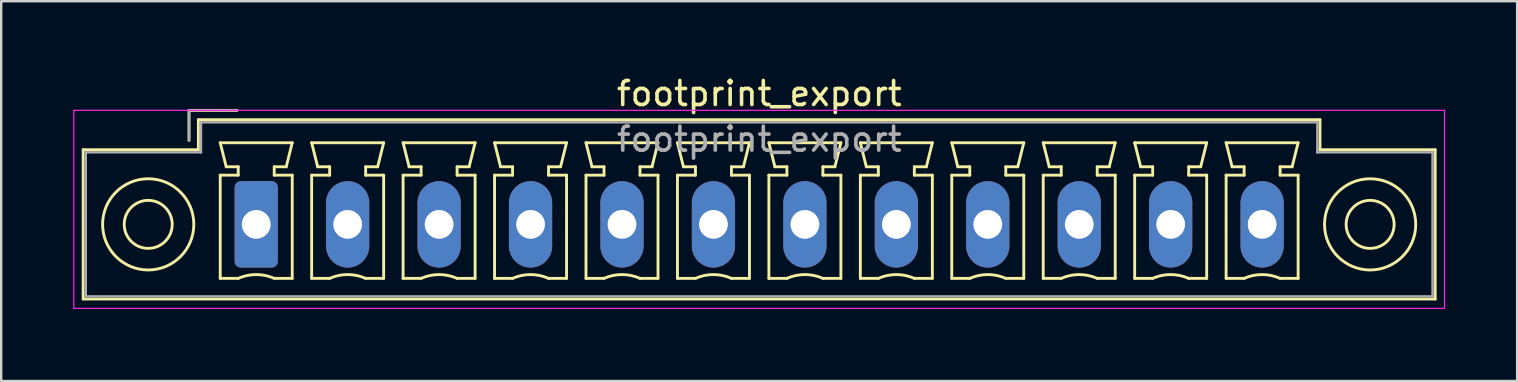
<source format=kicad_pcb>
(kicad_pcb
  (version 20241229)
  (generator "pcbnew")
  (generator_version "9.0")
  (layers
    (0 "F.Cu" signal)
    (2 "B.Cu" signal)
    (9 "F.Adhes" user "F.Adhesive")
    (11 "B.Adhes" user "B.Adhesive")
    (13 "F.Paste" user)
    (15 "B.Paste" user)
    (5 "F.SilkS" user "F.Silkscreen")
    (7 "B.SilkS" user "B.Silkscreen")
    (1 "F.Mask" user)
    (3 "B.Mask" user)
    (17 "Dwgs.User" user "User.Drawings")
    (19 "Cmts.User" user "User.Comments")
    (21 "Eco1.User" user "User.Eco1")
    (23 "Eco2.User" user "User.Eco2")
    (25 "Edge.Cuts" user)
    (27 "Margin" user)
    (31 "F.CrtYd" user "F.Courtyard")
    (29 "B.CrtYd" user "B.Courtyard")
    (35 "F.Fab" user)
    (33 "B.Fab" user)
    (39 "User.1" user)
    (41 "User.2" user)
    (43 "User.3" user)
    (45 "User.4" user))
  (footprint "footprint_export"
    (layer "F.Cu")
    (at 7.625 6.298)
    (property "Reference" "footprint_export" (at 20.96 -5.45 0) (layer "F.SilkS") (effects (font (size 1 1) (thickness 0.15))))
    (attr through_hole)
    (fp_line (start -7.21 -3.11) (end -7.21 3.11) (stroke (width 0.12) (type solid)) (layer "F.SilkS"))
    (fp_line (start -7.21 3.11) (end 49.12 3.11) (stroke (width 0.12) (type solid)) (layer "F.SilkS"))
    (fp_line (start -2.8 -4.75) (end -0.8 -4.75) (stroke (width 0.12) (type solid)) (layer "F.SilkS"))
    (fp_line (start -2.8 -3.5) (end -2.8 -4.75) (stroke (width 0.12) (type solid)) (layer "F.SilkS"))
    (fp_line (start -2.41 -4.36) (end -2.41 -3.11) (stroke (width 0.12) (type solid)) (layer "F.SilkS"))
    (fp_line (start -2.41 -3.11) (end -7.21 -3.11) (stroke (width 0.12) (type solid)) (layer "F.SilkS"))
    (fp_line (start -1.5 -3.4) (end 1.5 -3.4) (stroke (width 0.12) (type solid)) (layer "F.SilkS"))
    (fp_line (start -1.5 -2.05) (end -0.75 -2.05) (stroke (width 0.12) (type solid)) (layer "F.SilkS"))
    (fp_line (start -1.5 2.25) (end -1.5 -2.05) (stroke (width 0.12) (type solid)) (layer "F.SilkS"))
    (fp_line (start -1.25 -2.4) (end -1.5 -3.4) (stroke (width 0.12) (type solid)) (layer "F.SilkS"))
    (fp_line (start -0.75 -2.4) (end -1.25 -2.4) (stroke (width 0.12) (type solid)) (layer "F.SilkS"))
    (fp_line (start -0.75 -2.05) (end -0.75 -2.4) (stroke (width 0.12) (type solid)) (layer "F.SilkS"))
    (fp_line (start -0.75 2.25) (end -1.5 2.25) (stroke (width 0.12) (type solid)) (layer "F.SilkS"))
    (fp_line (start 0.75 -2.4) (end 0.75 -2.05) (stroke (width 0.12) (type solid)) (layer "F.SilkS"))
    (fp_line (start 0.75 -2.05) (end 1.5 -2.05) (stroke (width 0.12) (type solid)) (layer "F.SilkS"))
    (fp_line (start 1.25 -2.4) (end 0.75 -2.4) (stroke (width 0.12) (type solid)) (layer "F.SilkS"))
    (fp_line (start 1.5 -3.4) (end 1.25 -2.4) (stroke (width 0.12) (type solid)) (layer "F.SilkS"))
    (fp_line (start 1.5 -2.05) (end 1.5 2.25) (stroke (width 0.12) (type solid)) (layer "F.SilkS"))
    (fp_line (start 1.5 2.25) (end 0.75 2.25) (stroke (width 0.12) (type solid)) (layer "F.SilkS"))
    (fp_line (start 2.31 -3.4) (end 5.31 -3.4) (stroke (width 0.12) (type solid)) (layer "F.SilkS"))
    (fp_line (start 2.31 -2.05) (end 3.06 -2.05) (stroke (width 0.12) (type solid)) (layer "F.SilkS"))
    (fp_line (start 2.31 2.25) (end 2.31 -2.05) (stroke (width 0.12) (type solid)) (layer "F.SilkS"))
    (fp_line (start 2.56 -2.4) (end 2.31 -3.4) (stroke (width 0.12) (type solid)) (layer "F.SilkS"))
    (fp_line (start 3.06 -2.4) (end 2.56 -2.4) (stroke (width 0.12) (type solid)) (layer "F.SilkS"))
    (fp_line (start 3.06 -2.05) (end 3.06 -2.4) (stroke (width 0.12) (type solid)) (layer "F.SilkS"))
    (fp_line (start 3.06 2.25) (end 2.31 2.25) (stroke (width 0.12) (type solid)) (layer "F.SilkS"))
    (fp_line (start 4.56 -2.4) (end 4.56 -2.05) (stroke (width 0.12) (type solid)) (layer "F.SilkS"))
    (fp_line (start 4.56 -2.05) (end 5.31 -2.05) (stroke (width 0.12) (type solid)) (layer "F.SilkS"))
    (fp_line (start 5.06 -2.4) (end 4.56 -2.4) (stroke (width 0.12) (type solid)) (layer "F.SilkS"))
    (fp_line (start 5.31 -3.4) (end 5.06 -2.4) (stroke (width 0.12) (type solid)) (layer "F.SilkS"))
    (fp_line (start 5.31 -2.05) (end 5.31 2.25) (stroke (width 0.12) (type solid)) (layer "F.SilkS"))
    (fp_line (start 5.31 2.25) (end 4.56 2.25) (stroke (width 0.12) (type solid)) (layer "F.SilkS"))
    (fp_line (start 6.12 -3.4) (end 9.12 -3.4) (stroke (width 0.12) (type solid)) (layer "F.SilkS"))
    (fp_line (start 6.12 -2.05) (end 6.87 -2.05) (stroke (width 0.12) (type solid)) (layer "F.SilkS"))
    (fp_line (start 6.12 2.25) (end 6.12 -2.05) (stroke (width 0.12) (type solid)) (layer "F.SilkS"))
    (fp_line (start 6.37 -2.4) (end 6.12 -3.4) (stroke (width 0.12) (type solid)) (layer "F.SilkS"))
    (fp_line (start 6.87 -2.4) (end 6.37 -2.4) (stroke (width 0.12) (type solid)) (layer "F.SilkS"))
    (fp_line (start 6.87 -2.05) (end 6.87 -2.4) (stroke (width 0.12) (type solid)) (layer "F.SilkS"))
    (fp_line (start 6.87 2.25) (end 6.12 2.25) (stroke (width 0.12) (type solid)) (layer "F.SilkS"))
    (fp_line (start 8.37 -2.4) (end 8.37 -2.05) (stroke (width 0.12) (type solid)) (layer "F.SilkS"))
    (fp_line (start 8.37 -2.05) (end 9.12 -2.05) (stroke (width 0.12) (type solid)) (layer "F.SilkS"))
    (fp_line (start 8.87 -2.4) (end 8.37 -2.4) (stroke (width 0.12) (type solid)) (layer "F.SilkS"))
    (fp_line (start 9.12 -3.4) (end 8.87 -2.4) (stroke (width 0.12) (type solid)) (layer "F.SilkS"))
    (fp_line (start 9.12 -2.05) (end 9.12 2.25) (stroke (width 0.12) (type solid)) (layer "F.SilkS"))
    (fp_line (start 9.12 2.25) (end 8.37 2.25) (stroke (width 0.12) (type solid)) (layer "F.SilkS"))
    (fp_line (start 9.93 -3.4) (end 12.93 -3.4) (stroke (width 0.12) (type solid)) (layer "F.SilkS"))
    (fp_line (start 9.93 -2.05) (end 10.68 -2.05) (stroke (width 0.12) (type solid)) (layer "F.SilkS"))
    (fp_line (start 9.93 2.25) (end 9.93 -2.05) (stroke (width 0.12) (type solid)) (layer "F.SilkS"))
    (fp_line (start 10.18 -2.4) (end 9.93 -3.4) (stroke (width 0.12) (type solid)) (layer "F.SilkS"))
    (fp_line (start 10.68 -2.4) (end 10.18 -2.4) (stroke (width 0.12) (type solid)) (layer "F.SilkS"))
    (fp_line (start 10.68 -2.05) (end 10.68 -2.4) (stroke (width 0.12) (type solid)) (layer "F.SilkS"))
    (fp_line (start 10.68 2.25) (end 9.93 2.25) (stroke (width 0.12) (type solid)) (layer "F.SilkS"))
    (fp_line (start 12.18 -2.4) (end 12.18 -2.05) (stroke (width 0.12) (type solid)) (layer "F.SilkS"))
    (fp_line (start 12.18 -2.05) (end 12.93 -2.05) (stroke (width 0.12) (type solid)) (layer "F.SilkS"))
    (fp_line (start 12.68 -2.4) (end 12.18 -2.4) (stroke (width 0.12) (type solid)) (layer "F.SilkS"))
    (fp_line (start 12.93 -3.4) (end 12.68 -2.4) (stroke (width 0.12) (type solid)) (layer "F.SilkS"))
    (fp_line (start 12.93 -2.05) (end 12.93 2.25) (stroke (width 0.12) (type solid)) (layer "F.SilkS"))
    (fp_line (start 12.93 2.25) (end 12.18 2.25) (stroke (width 0.12) (type solid)) (layer "F.SilkS"))
    (fp_line (start 13.74 -3.4) (end 16.74 -3.4) (stroke (width 0.12) (type solid)) (layer "F.SilkS"))
    (fp_line (start 13.74 -2.05) (end 14.49 -2.05) (stroke (width 0.12) (type solid)) (layer "F.SilkS"))
    (fp_line (start 13.74 2.25) (end 13.74 -2.05) (stroke (width 0.12) (type solid)) (layer "F.SilkS"))
    (fp_line (start 13.99 -2.4) (end 13.74 -3.4) (stroke (width 0.12) (type solid)) (layer "F.SilkS"))
    (fp_line (start 14.49 -2.4) (end 13.99 -2.4) (stroke (width 0.12) (type solid)) (layer "F.SilkS"))
    (fp_line (start 14.49 -2.05) (end 14.49 -2.4) (stroke (width 0.12) (type solid)) (layer "F.SilkS"))
    (fp_line (start 14.49 2.25) (end 13.74 2.25) (stroke (width 0.12) (type solid)) (layer "F.SilkS"))
    (fp_line (start 15.99 -2.4) (end 15.99 -2.05) (stroke (width 0.12) (type solid)) (layer "F.SilkS"))
    (fp_line (start 15.99 -2.05) (end 16.74 -2.05) (stroke (width 0.12) (type solid)) (layer "F.SilkS"))
    (fp_line (start 16.49 -2.4) (end 15.99 -2.4) (stroke (width 0.12) (type solid)) (layer "F.SilkS"))
    (fp_line (start 16.74 -3.4) (end 16.49 -2.4) (stroke (width 0.12) (type solid)) (layer "F.SilkS"))
    (fp_line (start 16.74 -2.05) (end 16.74 2.25) (stroke (width 0.12) (type solid)) (layer "F.SilkS"))
    (fp_line (start 16.74 2.25) (end 15.99 2.25) (stroke (width 0.12) (type solid)) (layer "F.SilkS"))
    (fp_line (start 17.55 -3.4) (end 20.55 -3.4) (stroke (width 0.12) (type solid)) (layer "F.SilkS"))
    (fp_line (start 17.55 -2.05) (end 18.3 -2.05) (stroke (width 0.12) (type solid)) (layer "F.SilkS"))
    (fp_line (start 17.55 2.25) (end 17.55 -2.05) (stroke (width 0.12) (type solid)) (layer "F.SilkS"))
    (fp_line (start 17.8 -2.4) (end 17.55 -3.4) (stroke (width 0.12) (type solid)) (layer "F.SilkS"))
    (fp_line (start 18.3 -2.4) (end 17.8 -2.4) (stroke (width 0.12) (type solid)) (layer "F.SilkS"))
    (fp_line (start 18.3 -2.05) (end 18.3 -2.4) (stroke (width 0.12) (type solid)) (layer "F.SilkS"))
    (fp_line (start 18.3 2.25) (end 17.55 2.25) (stroke (width 0.12) (type solid)) (layer "F.SilkS"))
    (fp_line (start 19.8 -2.4) (end 19.8 -2.05) (stroke (width 0.12) (type solid)) (layer "F.SilkS"))
    (fp_line (start 19.8 -2.05) (end 20.55 -2.05) (stroke (width 0.12) (type solid)) (layer "F.SilkS"))
    (fp_line (start 20.3 -2.4) (end 19.8 -2.4) (stroke (width 0.12) (type solid)) (layer "F.SilkS"))
    (fp_line (start 20.55 -3.4) (end 20.3 -2.4) (stroke (width 0.12) (type solid)) (layer "F.SilkS"))
    (fp_line (start 20.55 -2.05) (end 20.55 2.25) (stroke (width 0.12) (type solid)) (layer "F.SilkS"))
    (fp_line (start 20.55 2.25) (end 19.8 2.25) (stroke (width 0.12) (type solid)) (layer "F.SilkS"))
    (fp_line (start 21.36 -3.4) (end 24.36 -3.4) (stroke (width 0.12) (type solid)) (layer "F.SilkS"))
    (fp_line (start 21.36 -2.05) (end 22.11 -2.05) (stroke (width 0.12) (type solid)) (layer "F.SilkS"))
    (fp_line (start 21.36 2.25) (end 21.36 -2.05) (stroke (width 0.12) (type solid)) (layer "F.SilkS"))
    (fp_line (start 21.61 -2.4) (end 21.36 -3.4) (stroke (width 0.12) (type solid)) (layer "F.SilkS"))
    (fp_line (start 22.11 -2.4) (end 21.61 -2.4) (stroke (width 0.12) (type solid)) (layer "F.SilkS"))
    (fp_line (start 22.11 -2.05) (end 22.11 -2.4) (stroke (width 0.12) (type solid)) (layer "F.SilkS"))
    (fp_line (start 22.11 2.25) (end 21.36 2.25) (stroke (width 0.12) (type solid)) (layer "F.SilkS"))
    (fp_line (start 23.61 -2.4) (end 23.61 -2.05) (stroke (width 0.12) (type solid)) (layer "F.SilkS"))
    (fp_line (start 23.61 -2.05) (end 24.36 -2.05) (stroke (width 0.12) (type solid)) (layer "F.SilkS"))
    (fp_line (start 24.11 -2.4) (end 23.61 -2.4) (stroke (width 0.12) (type solid)) (layer "F.SilkS"))
    (fp_line (start 24.36 -3.4) (end 24.11 -2.4) (stroke (width 0.12) (type solid)) (layer "F.SilkS"))
    (fp_line (start 24.36 -2.05) (end 24.36 2.25) (stroke (width 0.12) (type solid)) (layer "F.SilkS"))
    (fp_line (start 24.36 2.25) (end 23.61 2.25) (stroke (width 0.12) (type solid)) (layer "F.SilkS"))
    (fp_line (start 25.17 -3.4) (end 28.17 -3.4) (stroke (width 0.12) (type solid)) (layer "F.SilkS"))
    (fp_line (start 25.17 -2.05) (end 25.92 -2.05) (stroke (width 0.12) (type solid)) (layer "F.SilkS"))
    (fp_line (start 25.17 2.25) (end 25.17 -2.05) (stroke (width 0.12) (type solid)) (layer "F.SilkS"))
    (fp_line (start 25.42 -2.4) (end 25.17 -3.4) (stroke (width 0.12) (type solid)) (layer "F.SilkS"))
    (fp_line (start 25.92 -2.4) (end 25.42 -2.4) (stroke (width 0.12) (type solid)) (layer "F.SilkS"))
    (fp_line (start 25.92 -2.05) (end 25.92 -2.4) (stroke (width 0.12) (type solid)) (layer "F.SilkS"))
    (fp_line (start 25.92 2.25) (end 25.17 2.25) (stroke (width 0.12) (type solid)) (layer "F.SilkS"))
    (fp_line (start 27.42 -2.4) (end 27.42 -2.05) (stroke (width 0.12) (type solid)) (layer "F.SilkS"))
    (fp_line (start 27.42 -2.05) (end 28.17 -2.05) (stroke (width 0.12) (type solid)) (layer "F.SilkS"))
    (fp_line (start 27.92 -2.4) (end 27.42 -2.4) (stroke (width 0.12) (type solid)) (layer "F.SilkS"))
    (fp_line (start 28.17 -3.4) (end 27.92 -2.4) (stroke (width 0.12) (type solid)) (layer "F.SilkS"))
    (fp_line (start 28.17 -2.05) (end 28.17 2.25) (stroke (width 0.12) (type solid)) (layer "F.SilkS"))
    (fp_line (start 28.17 2.25) (end 27.42 2.25) (stroke (width 0.12) (type solid)) (layer "F.SilkS"))
    (fp_line (start 28.98 -3.4) (end 31.98 -3.4) (stroke (width 0.12) (type solid)) (layer "F.SilkS"))
    (fp_line (start 28.98 -2.05) (end 29.73 -2.05) (stroke (width 0.12) (type solid)) (layer "F.SilkS"))
    (fp_line (start 28.98 2.25) (end 28.98 -2.05) (stroke (width 0.12) (type solid)) (layer "F.SilkS"))
    (fp_line (start 29.23 -2.4) (end 28.98 -3.4) (stroke (width 0.12) (type solid)) (layer "F.SilkS"))
    (fp_line (start 29.73 -2.4) (end 29.23 -2.4) (stroke (width 0.12) (type solid)) (layer "F.SilkS"))
    (fp_line (start 29.73 -2.05) (end 29.73 -2.4) (stroke (width 0.12) (type solid)) (layer "F.SilkS"))
    (fp_line (start 29.73 2.25) (end 28.98 2.25) (stroke (width 0.12) (type solid)) (layer "F.SilkS"))
    (fp_line (start 31.23 -2.4) (end 31.23 -2.05) (stroke (width 0.12) (type solid)) (layer "F.SilkS"))
    (fp_line (start 31.23 -2.05) (end 31.98 -2.05) (stroke (width 0.12) (type solid)) (layer "F.SilkS"))
    (fp_line (start 31.73 -2.4) (end 31.23 -2.4) (stroke (width 0.12) (type solid)) (layer "F.SilkS"))
    (fp_line (start 31.98 -3.4) (end 31.73 -2.4) (stroke (width 0.12) (type solid)) (layer "F.SilkS"))
    (fp_line (start 31.98 -2.05) (end 31.98 2.25) (stroke (width 0.12) (type solid)) (layer "F.SilkS"))
    (fp_line (start 31.98 2.25) (end 31.23 2.25) (stroke (width 0.12) (type solid)) (layer "F.SilkS"))
    (fp_line (start 32.79 -3.4) (end 35.79 -3.4) (stroke (width 0.12) (type solid)) (layer "F.SilkS"))
    (fp_line (start 32.79 -2.05) (end 33.54 -2.05) (stroke (width 0.12) (type solid)) (layer "F.SilkS"))
    (fp_line (start 32.79 2.25) (end 32.79 -2.05) (stroke (width 0.12) (type solid)) (layer "F.SilkS"))
    (fp_line (start 33.04 -2.4) (end 32.79 -3.4) (stroke (width 0.12) (type solid)) (layer "F.SilkS"))
    (fp_line (start 33.54 -2.4) (end 33.04 -2.4) (stroke (width 0.12) (type solid)) (layer "F.SilkS"))
    (fp_line (start 33.54 -2.05) (end 33.54 -2.4) (stroke (width 0.12) (type solid)) (layer "F.SilkS"))
    (fp_line (start 33.54 2.25) (end 32.79 2.25) (stroke (width 0.12) (type solid)) (layer "F.SilkS"))
    (fp_line (start 35.04 -2.4) (end 35.04 -2.05) (stroke (width 0.12) (type solid)) (layer "F.SilkS"))
    (fp_line (start 35.04 -2.05) (end 35.79 -2.05) (stroke (width 0.12) (type solid)) (layer "F.SilkS"))
    (fp_line (start 35.54 -2.4) (end 35.04 -2.4) (stroke (width 0.12) (type solid)) (layer "F.SilkS"))
    (fp_line (start 35.79 -3.4) (end 35.54 -2.4) (stroke (width 0.12) (type solid)) (layer "F.SilkS"))
    (fp_line (start 35.79 -2.05) (end 35.79 2.25) (stroke (width 0.12) (type solid)) (layer "F.SilkS"))
    (fp_line (start 35.79 2.25) (end 35.04 2.25) (stroke (width 0.12) (type solid)) (layer "F.SilkS"))
    (fp_line (start 36.6 -3.4) (end 39.6 -3.4) (stroke (width 0.12) (type solid)) (layer "F.SilkS"))
    (fp_line (start 36.6 -2.05) (end 37.35 -2.05) (stroke (width 0.12) (type solid)) (layer "F.SilkS"))
    (fp_line (start 36.6 2.25) (end 36.6 -2.05) (stroke (width 0.12) (type solid)) (layer "F.SilkS"))
    (fp_line (start 36.85 -2.4) (end 36.6 -3.4) (stroke (width 0.12) (type solid)) (layer "F.SilkS"))
    (fp_line (start 37.35 -2.4) (end 36.85 -2.4) (stroke (width 0.12) (type solid)) (layer "F.SilkS"))
    (fp_line (start 37.35 -2.05) (end 37.35 -2.4) (stroke (width 0.12) (type solid)) (layer "F.SilkS"))
    (fp_line (start 37.35 2.25) (end 36.6 2.25) (stroke (width 0.12) (type solid)) (layer "F.SilkS"))
    (fp_line (start 38.85 -2.4) (end 38.85 -2.05) (stroke (width 0.12) (type solid)) (layer "F.SilkS"))
    (fp_line (start 38.85 -2.05) (end 39.6 -2.05) (stroke (width 0.12) (type solid)) (layer "F.SilkS"))
    (fp_line (start 39.35 -2.4) (end 38.85 -2.4) (stroke (width 0.12) (type solid)) (layer "F.SilkS"))
    (fp_line (start 39.6 -3.4) (end 39.35 -2.4) (stroke (width 0.12) (type solid)) (layer "F.SilkS"))
    (fp_line (start 39.6 -2.05) (end 39.6 2.25) (stroke (width 0.12) (type solid)) (layer "F.SilkS"))
    (fp_line (start 39.6 2.25) (end 38.85 2.25) (stroke (width 0.12) (type solid)) (layer "F.SilkS"))
    (fp_line (start 40.41 -3.4) (end 43.41 -3.4) (stroke (width 0.12) (type solid)) (layer "F.SilkS"))
    (fp_line (start 40.41 -2.05) (end 41.16 -2.05) (stroke (width 0.12) (type solid)) (layer "F.SilkS"))
    (fp_line (start 40.41 2.25) (end 40.41 -2.05) (stroke (width 0.12) (type solid)) (layer "F.SilkS"))
    (fp_line (start 40.66 -2.4) (end 40.41 -3.4) (stroke (width 0.12) (type solid)) (layer "F.SilkS"))
    (fp_line (start 41.16 -2.4) (end 40.66 -2.4) (stroke (width 0.12) (type solid)) (layer "F.SilkS"))
    (fp_line (start 41.16 -2.05) (end 41.16 -2.4) (stroke (width 0.12) (type solid)) (layer "F.SilkS"))
    (fp_line (start 41.16 2.25) (end 40.41 2.25) (stroke (width 0.12) (type solid)) (layer "F.SilkS"))
    (fp_line (start 42.66 -2.4) (end 42.66 -2.05) (stroke (width 0.12) (type solid)) (layer "F.SilkS"))
    (fp_line (start 42.66 -2.05) (end 43.41 -2.05) (stroke (width 0.12) (type solid)) (layer "F.SilkS"))
    (fp_line (start 43.16 -2.4) (end 42.66 -2.4) (stroke (width 0.12) (type solid)) (layer "F.SilkS"))
    (fp_line (start 43.41 -3.4) (end 43.16 -2.4) (stroke (width 0.12) (type solid)) (layer "F.SilkS"))
    (fp_line (start 43.41 -2.05) (end 43.41 2.25) (stroke (width 0.12) (type solid)) (layer "F.SilkS"))
    (fp_line (start 43.41 2.25) (end 42.66 2.25) (stroke (width 0.12) (type solid)) (layer "F.SilkS"))
    (fp_line (start 44.32 -4.36) (end -2.41 -4.36) (stroke (width 0.12) (type solid)) (layer "F.SilkS"))
    (fp_line (start 44.32 -3.11) (end 44.32 -4.36) (stroke (width 0.12) (type solid)) (layer "F.SilkS"))
    (fp_line (start 49.12 -3.11) (end 44.32 -3.11) (stroke (width 0.12) (type solid)) (layer "F.SilkS"))
    (fp_line (start 49.12 3.11) (end 49.12 -3.11) (stroke (width 0.12) (type solid)) (layer "F.SilkS"))
    (fp_arc (start -0.75 2.25) (mid -0.000193 2.09191) (end 0.749647 2.249844) (stroke (width 0.12) (type solid)) (layer "F.SilkS"))
    (fp_arc (start 3.06 2.25) (mid 3.809807 2.09191) (end 4.559647 2.249844) (stroke (width 0.12) (type solid)) (layer "F.SilkS"))
    (fp_arc (start 6.87 2.25) (mid 7.619807 2.09191) (end 8.369647 2.249844) (stroke (width 0.12) (type solid)) (layer "F.SilkS"))
    (fp_arc (start 10.68 2.25) (mid 11.429807 2.09191) (end 12.179647 2.249844) (stroke (width 0.12) (type solid)) (layer "F.SilkS"))
    (fp_arc (start 14.49 2.25) (mid 15.239807 2.09191) (end 15.989647 2.249844) (stroke (width 0.12) (type solid)) (layer "F.SilkS"))
    (fp_arc (start 18.3 2.25) (mid 19.049807 2.09191) (end 19.799647 2.249844) (stroke (width 0.12) (type solid)) (layer "F.SilkS"))
    (fp_arc (start 22.11 2.25) (mid 22.859807 2.09191) (end 23.609647 2.249844) (stroke (width 0.12) (type solid)) (layer "F.SilkS"))
    (fp_arc (start 25.92 2.25) (mid 26.669807 2.09191) (end 27.419647 2.249844) (stroke (width 0.12) (type solid)) (layer "F.SilkS"))
    (fp_arc (start 29.73 2.25) (mid 30.479807 2.09191) (end 31.229647 2.249844) (stroke (width 0.12) (type solid)) (layer "F.SilkS"))
    (fp_arc (start 33.54 2.25) (mid 34.289807 2.09191) (end 35.039647 2.249844) (stroke (width 0.12) (type solid)) (layer "F.SilkS"))
    (fp_arc (start 37.35 2.25) (mid 38.099807 2.09191) (end 38.849647 2.249844) (stroke (width 0.12) (type solid)) (layer "F.SilkS"))
    (fp_arc (start 41.16 2.25) (mid 41.909807 2.09191) (end 42.659647 2.249844) (stroke (width 0.12) (type solid)) (layer "F.SilkS"))
    (fp_circle (center -4.5 0) (end -3.5 0) (stroke (width 0.12) (type solid)) (fill no) (layer "F.SilkS"))
    (fp_circle (center -4.5 0) (end -2.6 0) (stroke (width 0.12) (type solid)) (fill no) (layer "F.SilkS"))
    (fp_circle (center 46.41 0) (end 47.41 0) (stroke (width 0.12) (type solid)) (fill no) (layer "F.SilkS"))
    (fp_circle (center 46.41 0) (end 48.31 0) (stroke (width 0.12) (type solid)) (fill no) (layer "F.SilkS"))
    (fp_line (start -7.6 -4.75) (end -7.6 3.5) (stroke (width 0.05) (type solid)) (layer "F.CrtYd"))
    (fp_line (start -7.6 3.5) (end 49.51 3.5) (stroke (width 0.05) (type solid)) (layer "F.CrtYd"))
    (fp_line (start 49.51 -4.75) (end -7.6 -4.75) (stroke (width 0.05) (type solid)) (layer "F.CrtYd"))
    (fp_line (start 49.51 3.5) (end 49.51 -4.75) (stroke (width 0.05) (type solid)) (layer "F.CrtYd"))
    (fp_line (start -7.1 -3) (end -7.1 3) (stroke (width 0.1) (type solid)) (layer "F.Fab"))
    (fp_line (start -7.1 3) (end 49.01 3) (stroke (width 0.1) (type solid)) (layer "F.Fab"))
    (fp_line (start -2.8 -4.75) (end -0.8 -4.75) (stroke (width 0.1) (type solid)) (layer "F.Fab"))
    (fp_line (start -2.8 -3.5) (end -2.8 -4.75) (stroke (width 0.1) (type solid)) (layer "F.Fab"))
    (fp_line (start -2.3 -4.25) (end -2.3 -3) (stroke (width 0.1) (type solid)) (layer "F.Fab"))
    (fp_line (start -2.3 -3) (end -7.1 -3) (stroke (width 0.1) (type solid)) (layer "F.Fab"))
    (fp_line (start 44.21 -4.25) (end -2.3 -4.25) (stroke (width 0.1) (type solid)) (layer "F.Fab"))
    (fp_line (start 44.21 -3) (end 44.21 -4.25) (stroke (width 0.1) (type solid)) (layer "F.Fab"))
    (fp_line (start 49.01 -3) (end 44.21 -3) (stroke (width 0.1) (type solid)) (layer "F.Fab"))
    (fp_line (start 49.01 3) (end 49.01 -3) (stroke (width 0.1) (type solid)) (layer "F.Fab"))
    (fp_text user "${REFERENCE}" (at 20.96 -3.55 0) (layer "F.Fab") (effects (font (size 1 1) (thickness 0.15))))
    (pad "1" thru_hole roundrect (at 0 0) (size 1.8 3.6) (drill 1.2) (layers "*.Cu" "*.Mask") (roundrect_rratio 0.139))
    (pad "2" thru_hole oval (at 3.81 0) (size 1.8 3.6) (drill 1.2) (layers "*.Cu" "*.Mask"))
    (pad "3" thru_hole oval (at 7.62 0) (size 1.8 3.6) (drill 1.2) (layers "*.Cu" "*.Mask"))
    (pad "4" thru_hole oval (at 11.43 0) (size 1.8 3.6) (drill 1.2) (layers "*.Cu" "*.Mask"))
    (pad "5" thru_hole oval (at 15.24 0) (size 1.8 3.6) (drill 1.2) (layers "*.Cu" "*.Mask"))
    (pad "6" thru_hole oval (at 19.05 0) (size 1.8 3.6) (drill 1.2) (layers "*.Cu" "*.Mask"))
    (pad "7" thru_hole oval (at 22.86 0) (size 1.8 3.6) (drill 1.2) (layers "*.Cu" "*.Mask"))
    (pad "8" thru_hole oval (at 26.67 0) (size 1.8 3.6) (drill 1.2) (layers "*.Cu" "*.Mask"))
    (pad "9" thru_hole oval (at 30.48 0) (size 1.8 3.6) (drill 1.2) (layers "*.Cu" "*.Mask"))
    (pad "10" thru_hole oval (at 34.29 0) (size 1.8 3.6) (drill 1.2) (layers "*.Cu" "*.Mask"))
    (pad "11" thru_hole oval (at 38.1 0) (size 1.8 3.6) (drill 1.2) (layers "*.Cu" "*.Mask"))
    (pad "12" thru_hole oval (at 41.91 0) (size 1.8 3.6) (drill 1.2) (layers "*.Cu" "*.Mask")))
  (gr_rect
    (start -3 -3)
    (end 60.16 12.823)
    (stroke (width 0.1) (type default))
    (fill no)
    (layer "Edge.Cuts")))
</source>
